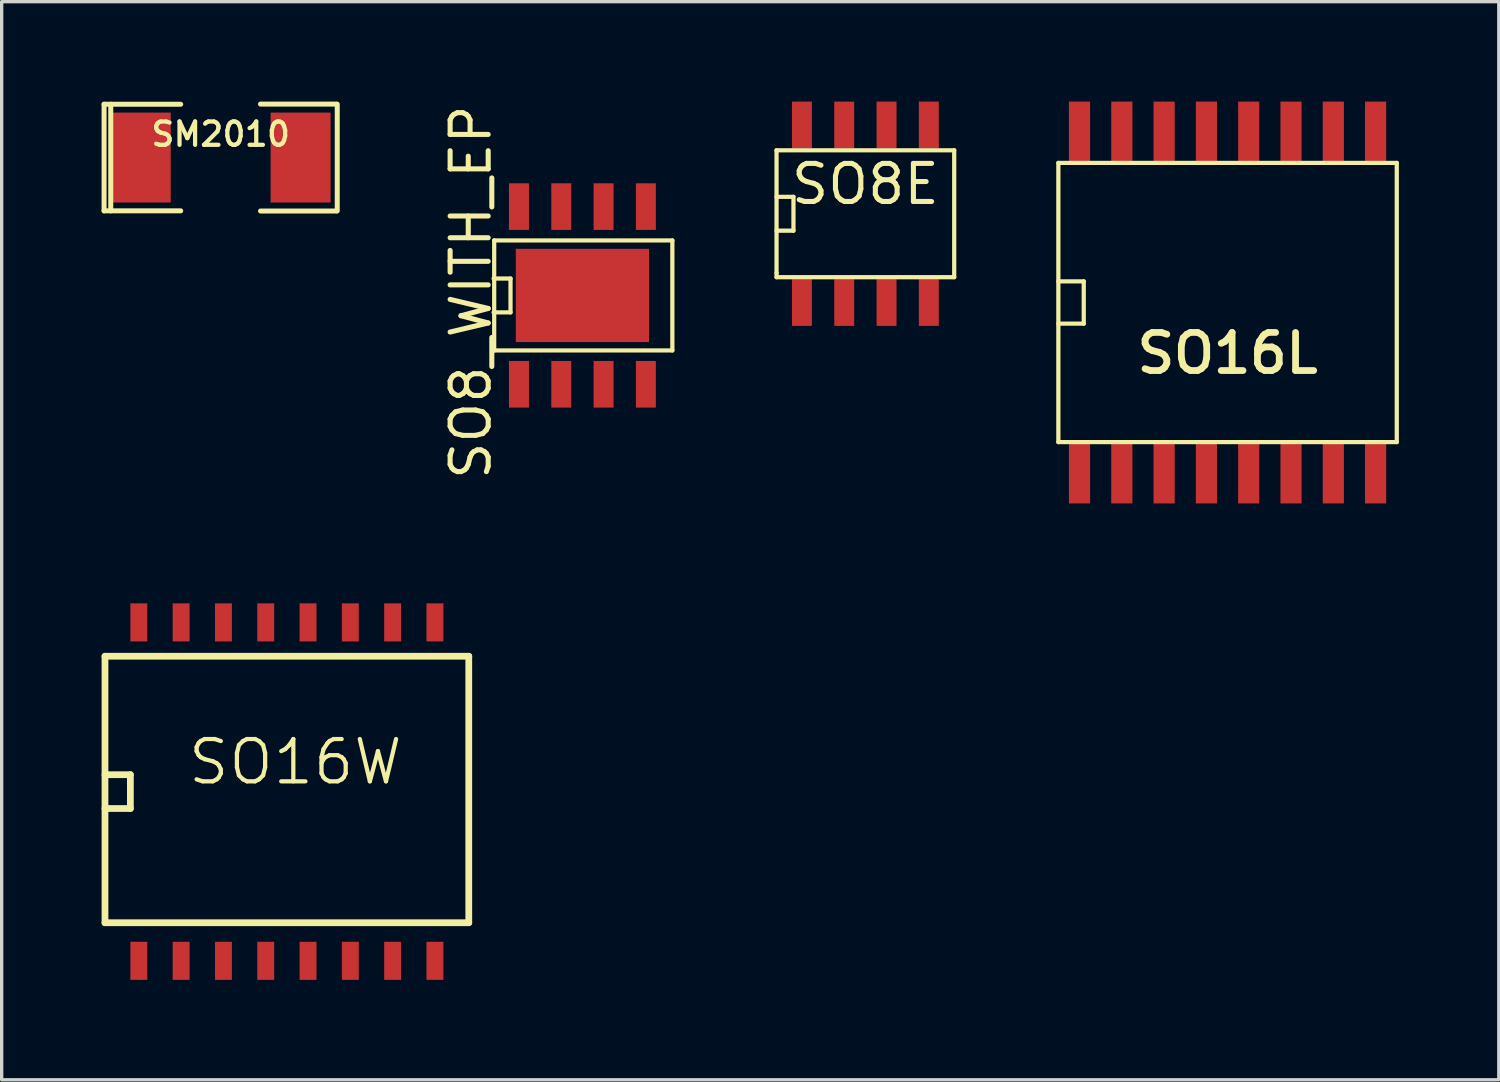
<source format=kicad_pcb>
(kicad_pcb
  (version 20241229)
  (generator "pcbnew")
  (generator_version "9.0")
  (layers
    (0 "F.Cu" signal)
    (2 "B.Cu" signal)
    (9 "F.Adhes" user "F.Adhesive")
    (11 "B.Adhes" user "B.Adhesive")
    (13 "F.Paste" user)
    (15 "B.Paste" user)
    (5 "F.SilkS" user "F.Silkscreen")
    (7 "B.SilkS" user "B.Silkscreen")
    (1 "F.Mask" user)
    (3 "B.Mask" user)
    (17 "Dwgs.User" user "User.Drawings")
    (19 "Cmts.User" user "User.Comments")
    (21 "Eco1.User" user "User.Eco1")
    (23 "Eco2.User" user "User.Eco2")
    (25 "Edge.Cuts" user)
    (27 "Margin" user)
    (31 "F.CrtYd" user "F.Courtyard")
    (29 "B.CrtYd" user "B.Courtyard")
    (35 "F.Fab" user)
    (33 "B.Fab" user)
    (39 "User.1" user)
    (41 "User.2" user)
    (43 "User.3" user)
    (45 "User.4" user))
  (footprint "SO8E"
    (layer "F.Cu")
    (at 22.931 3.367)
    (property "Reference" "SO8E" (at 0 -0.889 0) (layer "F.SilkS") (effects (font (size 1.143 1.143) (thickness 0.152))))
    (attr smd)
    (fp_line (start -2.667 -1.905) (end -2.667 1.778) (stroke (width 0.127) (type solid)) (layer "F.SilkS"))
    (fp_line (start -2.667 -0.508) (end -2.159 -0.508) (stroke (width 0.127) (type solid)) (layer "F.SilkS"))
    (fp_line (start -2.667 1.778) (end -2.667 1.905) (stroke (width 0.127) (type solid)) (layer "F.SilkS"))
    (fp_line (start -2.667 1.905) (end 2.667 1.905) (stroke (width 0.127) (type solid)) (layer "F.SilkS"))
    (fp_line (start -2.159 -0.508) (end -2.159 0.508) (stroke (width 0.127) (type solid)) (layer "F.SilkS"))
    (fp_line (start -2.159 0.508) (end -2.667 0.508) (stroke (width 0.127) (type solid)) (layer "F.SilkS"))
    (fp_line (start 2.667 -1.905) (end -2.667 -1.905) (stroke (width 0.127) (type solid)) (layer "F.SilkS"))
    (fp_line (start 2.667 -1.905) (end 2.667 1.905) (stroke (width 0.127) (type solid)) (layer "F.SilkS"))
    (pad "1" smd rect (at -1.905 2.667) (size 0.599 1.4) (layers "F.Cu" "F.Mask" "F.Paste"))
    (pad "2" smd rect (at -0.635 2.667) (size 0.599 1.4) (layers "F.Cu" "F.Mask" "F.Paste"))
    (pad "3" smd rect (at 0.635 2.667) (size 0.599 1.4) (layers "F.Cu" "F.Mask" "F.Paste"))
    (pad "4" smd rect (at 1.905 2.667) (size 0.599 1.4) (layers "F.Cu" "F.Mask" "F.Paste"))
    (pad "5" smd rect (at 1.905 -2.667) (size 0.599 1.4) (layers "F.Cu" "F.Mask" "F.Paste"))
    (pad "6" smd rect (at 0.635 -2.667) (size 0.599 1.4) (layers "F.Cu" "F.Mask" "F.Paste"))
    (pad "7" smd rect (at -0.635 -2.667) (size 0.599 1.4) (layers "F.Cu" "F.Mask" "F.Paste"))
    (pad "8" smd rect (at -1.905 -2.667) (size 0.599 1.4) (layers "F.Cu" "F.Mask" "F.Paste")))
  (footprint "SO8_WITH_EP"
    (layer "F.Cu")
    (at 14.436 5.82)
    (property "Reference" "SO8_WITH_EP" (at -3.35 -0.099 90) (layer "F.SilkS") (effects (font (size 1.143 1.143) (thickness 0.152))))
    (attr smd)
    (fp_line (start -2.667 -0.508) (end -2.159 -0.508) (stroke (width 0.127) (type solid)) (layer "F.SilkS"))
    (fp_line (start -2.649 -1.651) (end -2.649 1.651) (stroke (width 0.127) (type solid)) (layer "F.SilkS"))
    (fp_line (start -2.649 -1.651) (end 2.7 -1.651) (stroke (width 0.127) (type solid)) (layer "F.SilkS"))
    (fp_line (start -2.159 -0.508) (end -2.159 0.508) (stroke (width 0.127) (type solid)) (layer "F.SilkS"))
    (fp_line (start -2.159 0.508) (end -2.667 0.508) (stroke (width 0.127) (type solid)) (layer "F.SilkS"))
    (fp_line (start 2.7 -1.651) (end 2.7 1.651) (stroke (width 0.127) (type solid)) (layer "F.SilkS"))
    (fp_line (start 2.7 1.651) (end -2.649 1.651) (stroke (width 0.127) (type solid)) (layer "F.SilkS"))
    (pad "1" smd rect (at -1.905 2.667) (size 0.599 1.4) (layers "F.Cu" "F.Mask" "F.Paste"))
    (pad "2" smd rect (at -0.635 2.667) (size 0.599 1.4) (layers "F.Cu" "F.Mask" "F.Paste"))
    (pad "3" smd rect (at 0.635 2.667) (size 0.599 1.4) (layers "F.Cu" "F.Mask" "F.Paste"))
    (pad "4" smd rect (at 1.905 2.667) (size 0.599 1.4) (layers "F.Cu" "F.Mask" "F.Paste"))
    (pad "5" smd rect (at 1.905 -2.667) (size 0.599 1.4) (layers "F.Cu" "F.Mask" "F.Paste"))
    (pad "6" smd rect (at 0.635 -2.667) (size 0.599 1.4) (layers "F.Cu" "F.Mask" "F.Paste"))
    (pad "7" smd rect (at -0.635 -2.667) (size 0.599 1.4) (layers "F.Cu" "F.Mask" "F.Paste"))
    (pad "8" smd rect (at -1.905 -2.667) (size 0.599 1.4) (layers "F.Cu" "F.Mask" "F.Paste"))
    (pad "9" smd rect (at 0 0) (size 4 2.799) (layers "F.Cu" "F.Mask" "F.Paste")))
  (footprint "SO16W"
    (layer "F.Cu")
    (at 5.563 20.716)
    (property "Reference" "SO16W" (at 0.254 -0.889 0) (layer "F.SilkS") (effects (font (size 1.27 1.27) (thickness 0.127))))
    (attr smd)
    (fp_line (start -5.461 -4.064) (end 5.461 -4.064) (stroke (width 0.203) (type solid)) (layer "F.SilkS"))
    (fp_line (start -5.461 -0.508) (end -4.699 -0.508) (stroke (width 0.203) (type solid)) (layer "F.SilkS"))
    (fp_line (start -5.461 3.937) (end -5.461 -4.064) (stroke (width 0.203) (type solid)) (layer "F.SilkS"))
    (fp_line (start -4.699 -0.508) (end -4.699 0.508) (stroke (width 0.203) (type solid)) (layer "F.SilkS"))
    (fp_line (start -4.699 0.508) (end -5.461 0.508) (stroke (width 0.203) (type solid)) (layer "F.SilkS"))
    (fp_line (start 5.461 -4.064) (end 5.461 3.937) (stroke (width 0.203) (type solid)) (layer "F.SilkS"))
    (fp_line (start 5.461 3.937) (end -5.461 3.937) (stroke (width 0.203) (type solid)) (layer "F.SilkS"))
    (pad "1" smd rect (at -4.445 5.08) (size 0.508 1.143) (layers "F.Cu" "F.Mask" "F.Paste"))
    (pad "2" smd rect (at -3.175 5.08) (size 0.508 1.143) (layers "F.Cu" "F.Mask" "F.Paste"))
    (pad "3" smd rect (at -1.905 5.08) (size 0.508 1.143) (layers "F.Cu" "F.Mask" "F.Paste"))
    (pad "4" smd rect (at -0.635 5.08) (size 0.508 1.143) (layers "F.Cu" "F.Mask" "F.Paste"))
    (pad "5" smd rect (at 0.635 5.08) (size 0.508 1.143) (layers "F.Cu" "F.Mask" "F.Paste"))
    (pad "6" smd rect (at 1.905 5.08) (size 0.508 1.143) (layers "F.Cu" "F.Mask" "F.Paste"))
    (pad "7" smd rect (at 3.175 5.08) (size 0.508 1.143) (layers "F.Cu" "F.Mask" "F.Paste"))
    (pad "8" smd rect (at 4.445 5.08) (size 0.508 1.143) (layers "F.Cu" "F.Mask" "F.Paste"))
    (pad "9" smd rect (at 4.445 -5.08) (size 0.508 1.143) (layers "F.Cu" "F.Mask" "F.Paste"))
    (pad "10" smd rect (at 3.175 -5.08) (size 0.508 1.143) (layers "F.Cu" "F.Mask" "F.Paste"))
    (pad "11" smd rect (at 1.905 -5.08) (size 0.508 1.143) (layers "F.Cu" "F.Mask" "F.Paste"))
    (pad "12" smd rect (at 0.635 -5.08) (size 0.508 1.143) (layers "F.Cu" "F.Mask" "F.Paste"))
    (pad "13" smd rect (at -0.635 -5.08) (size 0.508 1.143) (layers "F.Cu" "F.Mask" "F.Paste"))
    (pad "14" smd rect (at -1.905 -5.08) (size 0.508 1.143) (layers "F.Cu" "F.Mask" "F.Paste"))
    (pad "15" smd rect (at -3.175 -5.08) (size 0.508 1.143) (layers "F.Cu" "F.Mask" "F.Paste"))
    (pad "16" smd rect (at -4.445 -5.08) (size 0.508 1.143) (layers "F.Cu" "F.Mask" "F.Paste")))
  (footprint "SO16L"
    (layer "F.Cu")
    (at 33.805 6.032)
    (property "Reference" "SO16L" (at 0 1.524 0) (layer "F.SilkS") (effects (font (size 1.143 1.143) (thickness 0.203))))
    (attr smd)
    (fp_line (start -5.08 -4.191) (end 5.08 -4.191) (stroke (width 0.127) (type solid)) (layer "F.SilkS"))
    (fp_line (start -5.08 -0.635) (end -4.318 -0.635) (stroke (width 0.127) (type solid)) (layer "F.SilkS"))
    (fp_line (start -5.08 4.191) (end -5.08 -4.191) (stroke (width 0.127) (type solid)) (layer "F.SilkS"))
    (fp_line (start -4.318 -0.635) (end -4.318 0.635) (stroke (width 0.127) (type solid)) (layer "F.SilkS"))
    (fp_line (start -4.318 0.635) (end -5.08 0.635) (stroke (width 0.127) (type solid)) (layer "F.SilkS"))
    (fp_line (start 5.08 -4.191) (end 5.08 4.191) (stroke (width 0.127) (type solid)) (layer "F.SilkS"))
    (fp_line (start 5.08 4.191) (end -5.08 4.191) (stroke (width 0.127) (type solid)) (layer "F.SilkS"))
    (pad "1" smd rect (at -4.445 5.08) (size 0.635 1.905) (layers "F.Cu" "F.Mask" "F.Paste"))
    (pad "2" smd rect (at -3.175 5.08) (size 0.635 1.905) (layers "F.Cu" "F.Mask" "F.Paste"))
    (pad "3" smd rect (at -1.905 5.08) (size 0.635 1.905) (layers "F.Cu" "F.Mask" "F.Paste"))
    (pad "4" smd rect (at -0.635 5.08) (size 0.635 1.905) (layers "F.Cu" "F.Mask" "F.Paste"))
    (pad "5" smd rect (at 0.635 5.08) (size 0.635 1.905) (layers "F.Cu" "F.Mask" "F.Paste"))
    (pad "6" smd rect (at 1.905 5.08) (size 0.635 1.905) (layers "F.Cu" "F.Mask" "F.Paste"))
    (pad "7" smd rect (at 3.175 5.08) (size 0.635 1.905) (layers "F.Cu" "F.Mask" "F.Paste"))
    (pad "8" smd rect (at 4.445 5.08) (size 0.635 1.905) (layers "F.Cu" "F.Mask" "F.Paste"))
    (pad "9" smd rect (at 4.445 -5.08) (size 0.635 1.905) (layers "F.Cu" "F.Mask" "F.Paste"))
    (pad "10" smd rect (at 3.175 -5.08) (size 0.635 1.905) (layers "F.Cu" "F.Mask" "F.Paste"))
    (pad "11" smd rect (at 1.905 -5.08) (size 0.635 1.905) (layers "F.Cu" "F.Mask" "F.Paste"))
    (pad "12" smd rect (at 0.635 -5.08) (size 0.635 1.905) (layers "F.Cu" "F.Mask" "F.Paste"))
    (pad "13" smd rect (at -0.635 -5.08) (size 0.635 1.905) (layers "F.Cu" "F.Mask" "F.Paste"))
    (pad "14" smd rect (at -1.905 -5.08) (size 0.635 1.905) (layers "F.Cu" "F.Mask" "F.Paste"))
    (pad "15" smd rect (at -3.175 -5.08) (size 0.635 1.905) (layers "F.Cu" "F.Mask" "F.Paste"))
    (pad "16" smd rect (at -4.445 -5.08) (size 0.635 1.905) (layers "F.Cu" "F.Mask" "F.Paste")))
  (footprint "SM2010"
    (layer "F.Cu")
    (at 3.575 1.68)
    (property "Reference" "SM2010" (at 0 -0.7 0) (layer "F.SilkS") (effects (font (size 0.701 0.701) (thickness 0.127))))
    (attr smd)
    (fp_line (start -3.5 -1.6) (end -3.5 1.6) (stroke (width 0.15) (type solid)) (layer "F.SilkS"))
    (fp_line (start -3.5 1.6) (end -1.2 1.6) (stroke (width 0.15) (type solid)) (layer "F.SilkS"))
    (fp_line (start -3.3 -1.6) (end -3.3 1.6) (stroke (width 0.15) (type solid)) (layer "F.SilkS"))
    (fp_line (start -1.2 -1.6) (end -3.5 -1.6) (stroke (width 0.15) (type solid)) (layer "F.SilkS"))
    (fp_line (start 1.196 1.605) (end 3.482 1.605) (stroke (width 0.15) (type solid)) (layer "F.SilkS"))
    (fp_line (start 3.482 -1.605) (end 1.196 -1.605) (stroke (width 0.15) (type solid)) (layer "F.SilkS"))
    (fp_line (start 3.5 -1.6) (end 3.5 1.6) (stroke (width 0.15) (type solid)) (layer "F.SilkS"))
    (pad "1" smd rect (at -2.4 0) (size 1.801 2.7) (layers "F.Cu" "F.Mask" "F.Paste"))
    (pad "2" smd rect (at 2.4 0) (size 1.801 2.7) (layers "F.Cu" "F.Mask" "F.Paste")))
  (gr_rect
    (start -3 -3)
    (end 41.948 29.368)
    (stroke (width 0.1) (type default))
    (fill no)
    (layer "Edge.Cuts")))
</source>
